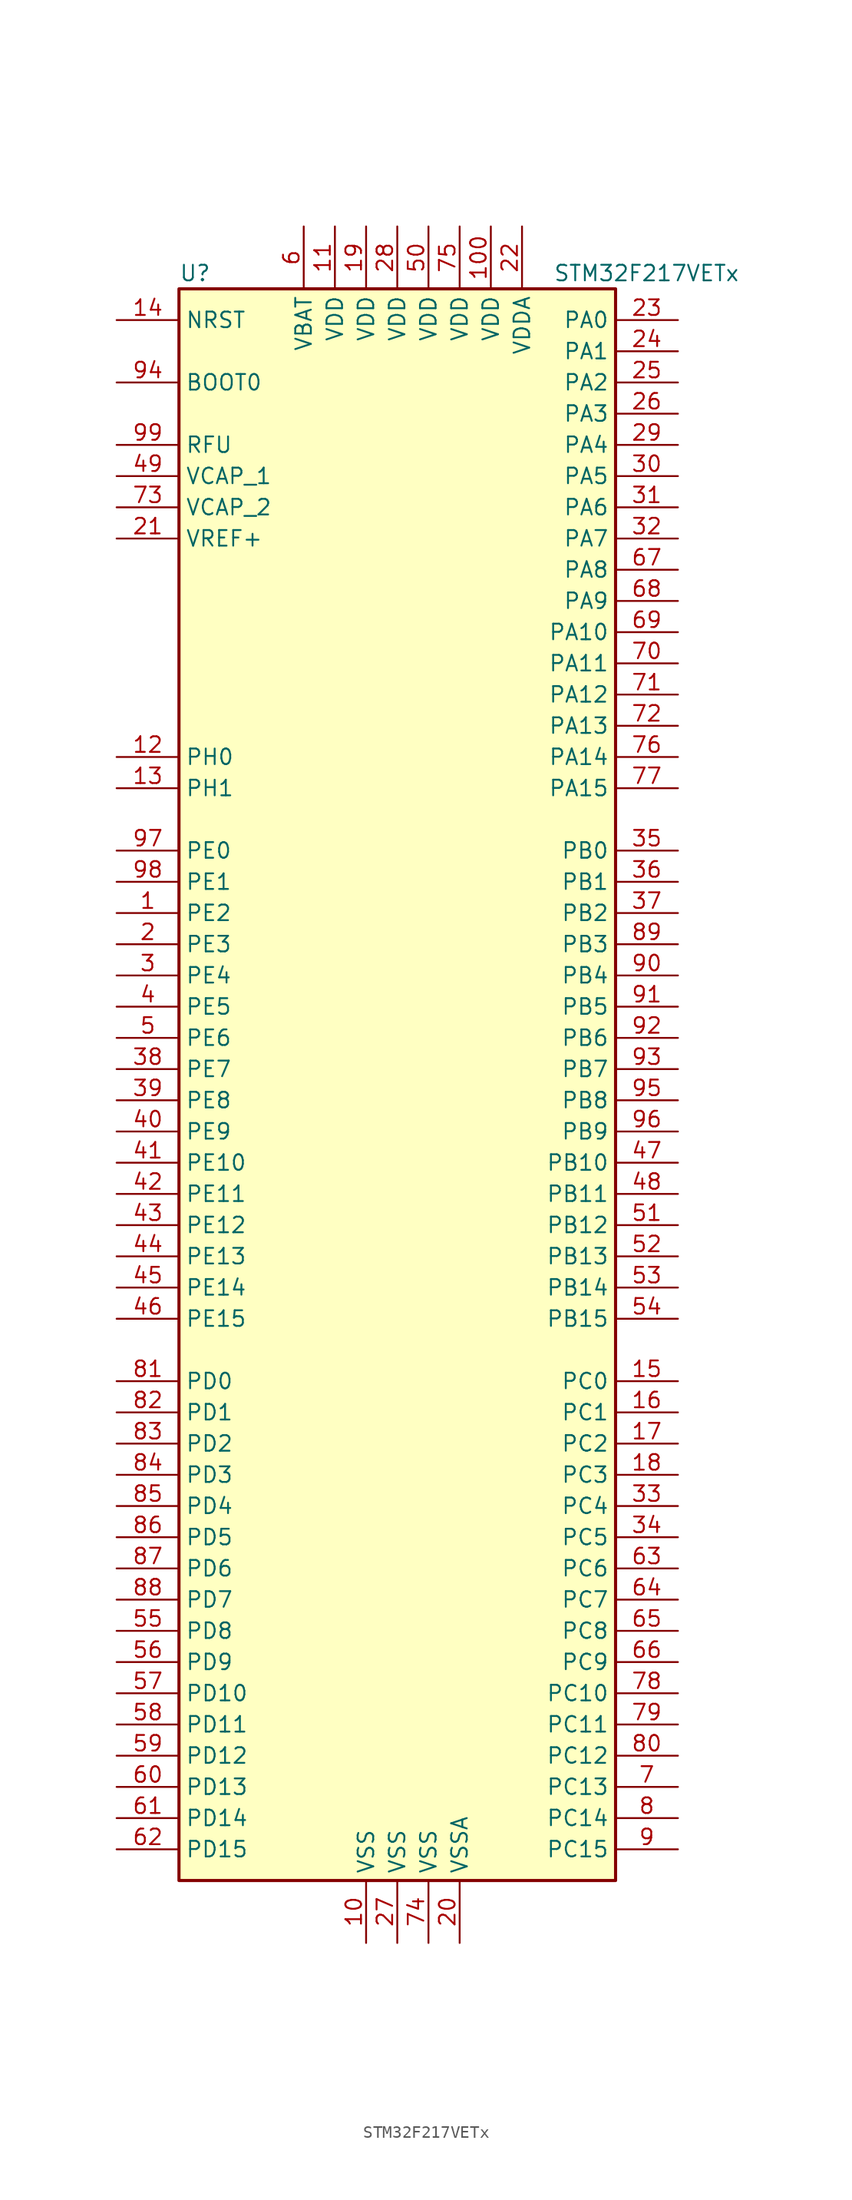
<source format=kicad_sym>
(kicad_symbol_lib
  (version 20211014)
  (generator kicad_symbol_editor)
  (symbol "STM32F217VETx"
    (property "Reference" "U"
      (at -17.78 64.77 0)
      (effects (font (size 1.27 1.27)) (justify left)))
    (property "Value" "STM32F217VETx"
      (at 12.7 64.77 0)
      (effects (font (size 1.27 1.27)) (justify left)))
    (symbol "STM32F217VETx_0_1"
      (rectangle (start -17.78 -66.04) (end 17.78 63.5) (stroke (width 0.254) (type default) (color 0 0 0 0)) (fill (type background))))
    (symbol "STM32F217VETx_1_1"
      (pin bidirectional line (at -22.86 12.7 0) (length 5.08) (name "PE2" (effects (font (size 1.27 1.27)))) (number "1" (effects (font (size 1.27 1.27)))))
      (pin power_in line (at -2.54 -71.12 90) (length 5.08) (name "VSS" (effects (font (size 1.27 1.27)))) (number "10" (effects (font (size 1.27 1.27)))))
      (pin power_in line (at 7.62 68.58 270) (length 5.08) (name "VDD" (effects (font (size 1.27 1.27)))) (number "100" (effects (font (size 1.27 1.27)))))
      (pin power_in line (at -5.08 68.58 270) (length 5.08) (name "VDD" (effects (font (size 1.27 1.27)))) (number "11" (effects (font (size 1.27 1.27)))))
      (pin input line (at -22.86 25.4 0) (length 5.08) (name "PH0" (effects (font (size 1.27 1.27)))) (number "12" (effects (font (size 1.27 1.27)))))
      (pin input line (at -22.86 22.86 0) (length 5.08) (name "PH1" (effects (font (size 1.27 1.27)))) (number "13" (effects (font (size 1.27 1.27)))))
      (pin input line (at -22.86 60.96 0) (length 5.08) (name "NRST" (effects (font (size 1.27 1.27)))) (number "14" (effects (font (size 1.27 1.27)))))
      (pin bidirectional line (at 22.86 -25.4 180) (length 5.08) (name "PC0" (effects (font (size 1.27 1.27)))) (number "15" (effects (font (size 1.27 1.27)))))
      (pin bidirectional line (at 22.86 -27.94 180) (length 5.08) (name "PC1" (effects (font (size 1.27 1.27)))) (number "16" (effects (font (size 1.27 1.27)))))
      (pin bidirectional line (at 22.86 -30.48 180) (length 5.08) (name "PC2" (effects (font (size 1.27 1.27)))) (number "17" (effects (font (size 1.27 1.27)))))
      (pin bidirectional line (at 22.86 -33.02 180) (length 5.08) (name "PC3" (effects (font (size 1.27 1.27)))) (number "18" (effects (font (size 1.27 1.27)))))
      (pin power_in line (at -2.54 68.58 270) (length 5.08) (name "VDD" (effects (font (size 1.27 1.27)))) (number "19" (effects (font (size 1.27 1.27)))))
      (pin bidirectional line (at -22.86 10.16 0) (length 5.08) (name "PE3" (effects (font (size 1.27 1.27)))) (number "2" (effects (font (size 1.27 1.27)))))
      (pin power_in line (at 5.08 -71.12 90) (length 5.08) (name "VSSA" (effects (font (size 1.27 1.27)))) (number "20" (effects (font (size 1.27 1.27)))))
      (pin power_in line (at -22.86 43.18 0) (length 5.08) (name "VREF+" (effects (font (size 1.27 1.27)))) (number "21" (effects (font (size 1.27 1.27)))))
      (pin power_in line (at 10.16 68.58 270) (length 5.08) (name "VDDA" (effects (font (size 1.27 1.27)))) (number "22" (effects (font (size 1.27 1.27)))))
      (pin bidirectional line (at 22.86 60.96 180) (length 5.08) (name "PA0" (effects (font (size 1.27 1.27)))) (number "23" (effects (font (size 1.27 1.27)))))
      (pin bidirectional line (at 22.86 58.42 180) (length 5.08) (name "PA1" (effects (font (size 1.27 1.27)))) (number "24" (effects (font (size 1.27 1.27)))))
      (pin bidirectional line (at 22.86 55.88 180) (length 5.08) (name "PA2" (effects (font (size 1.27 1.27)))) (number "25" (effects (font (size 1.27 1.27)))))
      (pin bidirectional line (at 22.86 53.34 180) (length 5.08) (name "PA3" (effects (font (size 1.27 1.27)))) (number "26" (effects (font (size 1.27 1.27)))))
      (pin power_in line (at 0 -71.12 90) (length 5.08) (name "VSS" (effects (font (size 1.27 1.27)))) (number "27" (effects (font (size 1.27 1.27)))))
      (pin power_in line (at 0 68.58 270) (length 5.08) (name "VDD" (effects (font (size 1.27 1.27)))) (number "28" (effects (font (size 1.27 1.27)))))
      (pin bidirectional line (at 22.86 50.8 180) (length 5.08) (name "PA4" (effects (font (size 1.27 1.27)))) (number "29" (effects (font (size 1.27 1.27)))))
      (pin bidirectional line (at -22.86 7.62 0) (length 5.08) (name "PE4" (effects (font (size 1.27 1.27)))) (number "3" (effects (font (size 1.27 1.27)))))
      (pin bidirectional line (at 22.86 48.26 180) (length 5.08) (name "PA5" (effects (font (size 1.27 1.27)))) (number "30" (effects (font (size 1.27 1.27)))))
      (pin bidirectional line (at 22.86 45.72 180) (length 5.08) (name "PA6" (effects (font (size 1.27 1.27)))) (number "31" (effects (font (size 1.27 1.27)))))
      (pin bidirectional line (at 22.86 43.18 180) (length 5.08) (name "PA7" (effects (font (size 1.27 1.27)))) (number "32" (effects (font (size 1.27 1.27)))))
      (pin bidirectional line (at 22.86 -35.56 180) (length 5.08) (name "PC4" (effects (font (size 1.27 1.27)))) (number "33" (effects (font (size 1.27 1.27)))))
      (pin bidirectional line (at 22.86 -38.1 180) (length 5.08) (name "PC5" (effects (font (size 1.27 1.27)))) (number "34" (effects (font (size 1.27 1.27)))))
      (pin bidirectional line (at 22.86 17.78 180) (length 5.08) (name "PB0" (effects (font (size 1.27 1.27)))) (number "35" (effects (font (size 1.27 1.27)))))
      (pin bidirectional line (at 22.86 15.24 180) (length 5.08) (name "PB1" (effects (font (size 1.27 1.27)))) (number "36" (effects (font (size 1.27 1.27)))))
      (pin bidirectional line (at 22.86 12.7 180) (length 5.08) (name "PB2" (effects (font (size 1.27 1.27)))) (number "37" (effects (font (size 1.27 1.27)))))
      (pin bidirectional line (at -22.86 0 0) (length 5.08) (name "PE7" (effects (font (size 1.27 1.27)))) (number "38" (effects (font (size 1.27 1.27)))))
      (pin bidirectional line (at -22.86 -2.54 0) (length 5.08) (name "PE8" (effects (font (size 1.27 1.27)))) (number "39" (effects (font (size 1.27 1.27)))))
      (pin bidirectional line (at -22.86 5.08 0) (length 5.08) (name "PE5" (effects (font (size 1.27 1.27)))) (number "4" (effects (font (size 1.27 1.27)))))
      (pin bidirectional line (at -22.86 -5.08 0) (length 5.08) (name "PE9" (effects (font (size 1.27 1.27)))) (number "40" (effects (font (size 1.27 1.27)))))
      (pin bidirectional line (at -22.86 -7.62 0) (length 5.08) (name "PE10" (effects (font (size 1.27 1.27)))) (number "41" (effects (font (size 1.27 1.27)))))
      (pin bidirectional line (at -22.86 -10.16 0) (length 5.08) (name "PE11" (effects (font (size 1.27 1.27)))) (number "42" (effects (font (size 1.27 1.27)))))
      (pin bidirectional line (at -22.86 -12.7 0) (length 5.08) (name "PE12" (effects (font (size 1.27 1.27)))) (number "43" (effects (font (size 1.27 1.27)))))
      (pin bidirectional line (at -22.86 -15.24 0) (length 5.08) (name "PE13" (effects (font (size 1.27 1.27)))) (number "44" (effects (font (size 1.27 1.27)))))
      (pin bidirectional line (at -22.86 -17.78 0) (length 5.08) (name "PE14" (effects (font (size 1.27 1.27)))) (number "45" (effects (font (size 1.27 1.27)))))
      (pin bidirectional line (at -22.86 -20.32 0) (length 5.08) (name "PE15" (effects (font (size 1.27 1.27)))) (number "46" (effects (font (size 1.27 1.27)))))
      (pin bidirectional line (at 22.86 -7.62 180) (length 5.08) (name "PB10" (effects (font (size 1.27 1.27)))) (number "47" (effects (font (size 1.27 1.27)))))
      (pin bidirectional line (at 22.86 -10.16 180) (length 5.08) (name "PB11" (effects (font (size 1.27 1.27)))) (number "48" (effects (font (size 1.27 1.27)))))
      (pin power_in line (at -22.86 48.26 0) (length 5.08) (name "VCAP_1" (effects (font (size 1.27 1.27)))) (number "49" (effects (font (size 1.27 1.27)))))
      (pin bidirectional line (at -22.86 2.54 0) (length 5.08) (name "PE6" (effects (font (size 1.27 1.27)))) (number "5" (effects (font (size 1.27 1.27)))))
      (pin power_in line (at 2.54 68.58 270) (length 5.08) (name "VDD" (effects (font (size 1.27 1.27)))) (number "50" (effects (font (size 1.27 1.27)))))
      (pin bidirectional line (at 22.86 -12.7 180) (length 5.08) (name "PB12" (effects (font (size 1.27 1.27)))) (number "51" (effects (font (size 1.27 1.27)))))
      (pin bidirectional line (at 22.86 -15.24 180) (length 5.08) (name "PB13" (effects (font (size 1.27 1.27)))) (number "52" (effects (font (size 1.27 1.27)))))
      (pin bidirectional line (at 22.86 -17.78 180) (length 5.08) (name "PB14" (effects (font (size 1.27 1.27)))) (number "53" (effects (font (size 1.27 1.27)))))
      (pin bidirectional line (at 22.86 -20.32 180) (length 5.08) (name "PB15" (effects (font (size 1.27 1.27)))) (number "54" (effects (font (size 1.27 1.27)))))
      (pin bidirectional line (at -22.86 -45.72 0) (length 5.08) (name "PD8" (effects (font (size 1.27 1.27)))) (number "55" (effects (font (size 1.27 1.27)))))
      (pin bidirectional line (at -22.86 -48.26 0) (length 5.08) (name "PD9" (effects (font (size 1.27 1.27)))) (number "56" (effects (font (size 1.27 1.27)))))
      (pin bidirectional line (at -22.86 -50.8 0) (length 5.08) (name "PD10" (effects (font (size 1.27 1.27)))) (number "57" (effects (font (size 1.27 1.27)))))
      (pin bidirectional line (at -22.86 -53.34 0) (length 5.08) (name "PD11" (effects (font (size 1.27 1.27)))) (number "58" (effects (font (size 1.27 1.27)))))
      (pin bidirectional line (at -22.86 -55.88 0) (length 5.08) (name "PD12" (effects (font (size 1.27 1.27)))) (number "59" (effects (font (size 1.27 1.27)))))
      (pin power_in line (at -7.62 68.58 270) (length 5.08) (name "VBAT" (effects (font (size 1.27 1.27)))) (number "6" (effects (font (size 1.27 1.27)))))
      (pin bidirectional line (at -22.86 -58.42 0) (length 5.08) (name "PD13" (effects (font (size 1.27 1.27)))) (number "60" (effects (font (size 1.27 1.27)))))
      (pin bidirectional line (at -22.86 -60.96 0) (length 5.08) (name "PD14" (effects (font (size 1.27 1.27)))) (number "61" (effects (font (size 1.27 1.27)))))
      (pin bidirectional line (at -22.86 -63.5 0) (length 5.08) (name "PD15" (effects (font (size 1.27 1.27)))) (number "62" (effects (font (size 1.27 1.27)))))
      (pin bidirectional line (at 22.86 -40.64 180) (length 5.08) (name "PC6" (effects (font (size 1.27 1.27)))) (number "63" (effects (font (size 1.27 1.27)))))
      (pin bidirectional line (at 22.86 -43.18 180) (length 5.08) (name "PC7" (effects (font (size 1.27 1.27)))) (number "64" (effects (font (size 1.27 1.27)))))
      (pin bidirectional line (at 22.86 -45.72 180) (length 5.08) (name "PC8" (effects (font (size 1.27 1.27)))) (number "65" (effects (font (size 1.27 1.27)))))
      (pin bidirectional line (at 22.86 -48.26 180) (length 5.08) (name "PC9" (effects (font (size 1.27 1.27)))) (number "66" (effects (font (size 1.27 1.27)))))
      (pin bidirectional line (at 22.86 40.64 180) (length 5.08) (name "PA8" (effects (font (size 1.27 1.27)))) (number "67" (effects (font (size 1.27 1.27)))))
      (pin bidirectional line (at 22.86 38.1 180) (length 5.08) (name "PA9" (effects (font (size 1.27 1.27)))) (number "68" (effects (font (size 1.27 1.27)))))
      (pin bidirectional line (at 22.86 35.56 180) (length 5.08) (name "PA10" (effects (font (size 1.27 1.27)))) (number "69" (effects (font (size 1.27 1.27)))))
      (pin bidirectional line (at 22.86 -58.42 180) (length 5.08) (name "PC13" (effects (font (size 1.27 1.27)))) (number "7" (effects (font (size 1.27 1.27)))))
      (pin bidirectional line (at 22.86 33.02 180) (length 5.08) (name "PA11" (effects (font (size 1.27 1.27)))) (number "70" (effects (font (size 1.27 1.27)))))
      (pin bidirectional line (at 22.86 30.48 180) (length 5.08) (name "PA12" (effects (font (size 1.27 1.27)))) (number "71" (effects (font (size 1.27 1.27)))))
      (pin bidirectional line (at 22.86 27.94 180) (length 5.08) (name "PA13" (effects (font (size 1.27 1.27)))) (number "72" (effects (font (size 1.27 1.27)))))
      (pin power_in line (at -22.86 45.72 0) (length 5.08) (name "VCAP_2" (effects (font (size 1.27 1.27)))) (number "73" (effects (font (size 1.27 1.27)))))
      (pin power_in line (at 2.54 -71.12 90) (length 5.08) (name "VSS" (effects (font (size 1.27 1.27)))) (number "74" (effects (font (size 1.27 1.27)))))
      (pin power_in line (at 5.08 68.58 270) (length 5.08) (name "VDD" (effects (font (size 1.27 1.27)))) (number "75" (effects (font (size 1.27 1.27)))))
      (pin bidirectional line (at 22.86 25.4 180) (length 5.08) (name "PA14" (effects (font (size 1.27 1.27)))) (number "76" (effects (font (size 1.27 1.27)))))
      (pin bidirectional line (at 22.86 22.86 180) (length 5.08) (name "PA15" (effects (font (size 1.27 1.27)))) (number "77" (effects (font (size 1.27 1.27)))))
      (pin bidirectional line (at 22.86 -50.8 180) (length 5.08) (name "PC10" (effects (font (size 1.27 1.27)))) (number "78" (effects (font (size 1.27 1.27)))))
      (pin bidirectional line (at 22.86 -53.34 180) (length 5.08) (name "PC11" (effects (font (size 1.27 1.27)))) (number "79" (effects (font (size 1.27 1.27)))))
      (pin bidirectional line (at 22.86 -60.96 180) (length 5.08) (name "PC14" (effects (font (size 1.27 1.27)))) (number "8" (effects (font (size 1.27 1.27)))))
      (pin bidirectional line (at 22.86 -55.88 180) (length 5.08) (name "PC12" (effects (font (size 1.27 1.27)))) (number "80" (effects (font (size 1.27 1.27)))))
      (pin bidirectional line (at -22.86 -25.4 0) (length 5.08) (name "PD0" (effects (font (size 1.27 1.27)))) (number "81" (effects (font (size 1.27 1.27)))))
      (pin bidirectional line (at -22.86 -27.94 0) (length 5.08) (name "PD1" (effects (font (size 1.27 1.27)))) (number "82" (effects (font (size 1.27 1.27)))))
      (pin bidirectional line (at -22.86 -30.48 0) (length 5.08) (name "PD2" (effects (font (size 1.27 1.27)))) (number "83" (effects (font (size 1.27 1.27)))))
      (pin bidirectional line (at -22.86 -33.02 0) (length 5.08) (name "PD3" (effects (font (size 1.27 1.27)))) (number "84" (effects (font (size 1.27 1.27)))))
      (pin bidirectional line (at -22.86 -35.56 0) (length 5.08) (name "PD4" (effects (font (size 1.27 1.27)))) (number "85" (effects (font (size 1.27 1.27)))))
      (pin bidirectional line (at -22.86 -38.1 0) (length 5.08) (name "PD5" (effects (font (size 1.27 1.27)))) (number "86" (effects (font (size 1.27 1.27)))))
      (pin bidirectional line (at -22.86 -40.64 0) (length 5.08) (name "PD6" (effects (font (size 1.27 1.27)))) (number "87" (effects (font (size 1.27 1.27)))))
      (pin bidirectional line (at -22.86 -43.18 0) (length 5.08) (name "PD7" (effects (font (size 1.27 1.27)))) (number "88" (effects (font (size 1.27 1.27)))))
      (pin bidirectional line (at 22.86 10.16 180) (length 5.08) (name "PB3" (effects (font (size 1.27 1.27)))) (number "89" (effects (font (size 1.27 1.27)))))
      (pin bidirectional line (at 22.86 -63.5 180) (length 5.08) (name "PC15" (effects (font (size 1.27 1.27)))) (number "9" (effects (font (size 1.27 1.27)))))
      (pin bidirectional line (at 22.86 7.62 180) (length 5.08) (name "PB4" (effects (font (size 1.27 1.27)))) (number "90" (effects (font (size 1.27 1.27)))))
      (pin bidirectional line (at 22.86 5.08 180) (length 5.08) (name "PB5" (effects (font (size 1.27 1.27)))) (number "91" (effects (font (size 1.27 1.27)))))
      (pin bidirectional line (at 22.86 2.54 180) (length 5.08) (name "PB6" (effects (font (size 1.27 1.27)))) (number "92" (effects (font (size 1.27 1.27)))))
      (pin bidirectional line (at 22.86 0 180) (length 5.08) (name "PB7" (effects (font (size 1.27 1.27)))) (number "93" (effects (font (size 1.27 1.27)))))
      (pin input line (at -22.86 55.88 0) (length 5.08) (name "BOOT0" (effects (font (size 1.27 1.27)))) (number "94" (effects (font (size 1.27 1.27)))))
      (pin bidirectional line (at 22.86 -2.54 180) (length 5.08) (name "PB8" (effects (font (size 1.27 1.27)))) (number "95" (effects (font (size 1.27 1.27)))))
      (pin bidirectional line (at 22.86 -5.08 180) (length 5.08) (name "PB9" (effects (font (size 1.27 1.27)))) (number "96" (effects (font (size 1.27 1.27)))))
      (pin bidirectional line (at -22.86 17.78 0) (length 5.08) (name "PE0" (effects (font (size 1.27 1.27)))) (number "97" (effects (font (size 1.27 1.27)))))
      (pin bidirectional line (at -22.86 15.24 0) (length 5.08) (name "PE1" (effects (font (size 1.27 1.27)))) (number "98" (effects (font (size 1.27 1.27)))))
      (pin power_in line (at -22.86 50.8 0) (length 5.08) (name "RFU" (effects (font (size 1.27 1.27)))) (number "99" (effects (font (size 1.27 1.27))))))))
</source>
